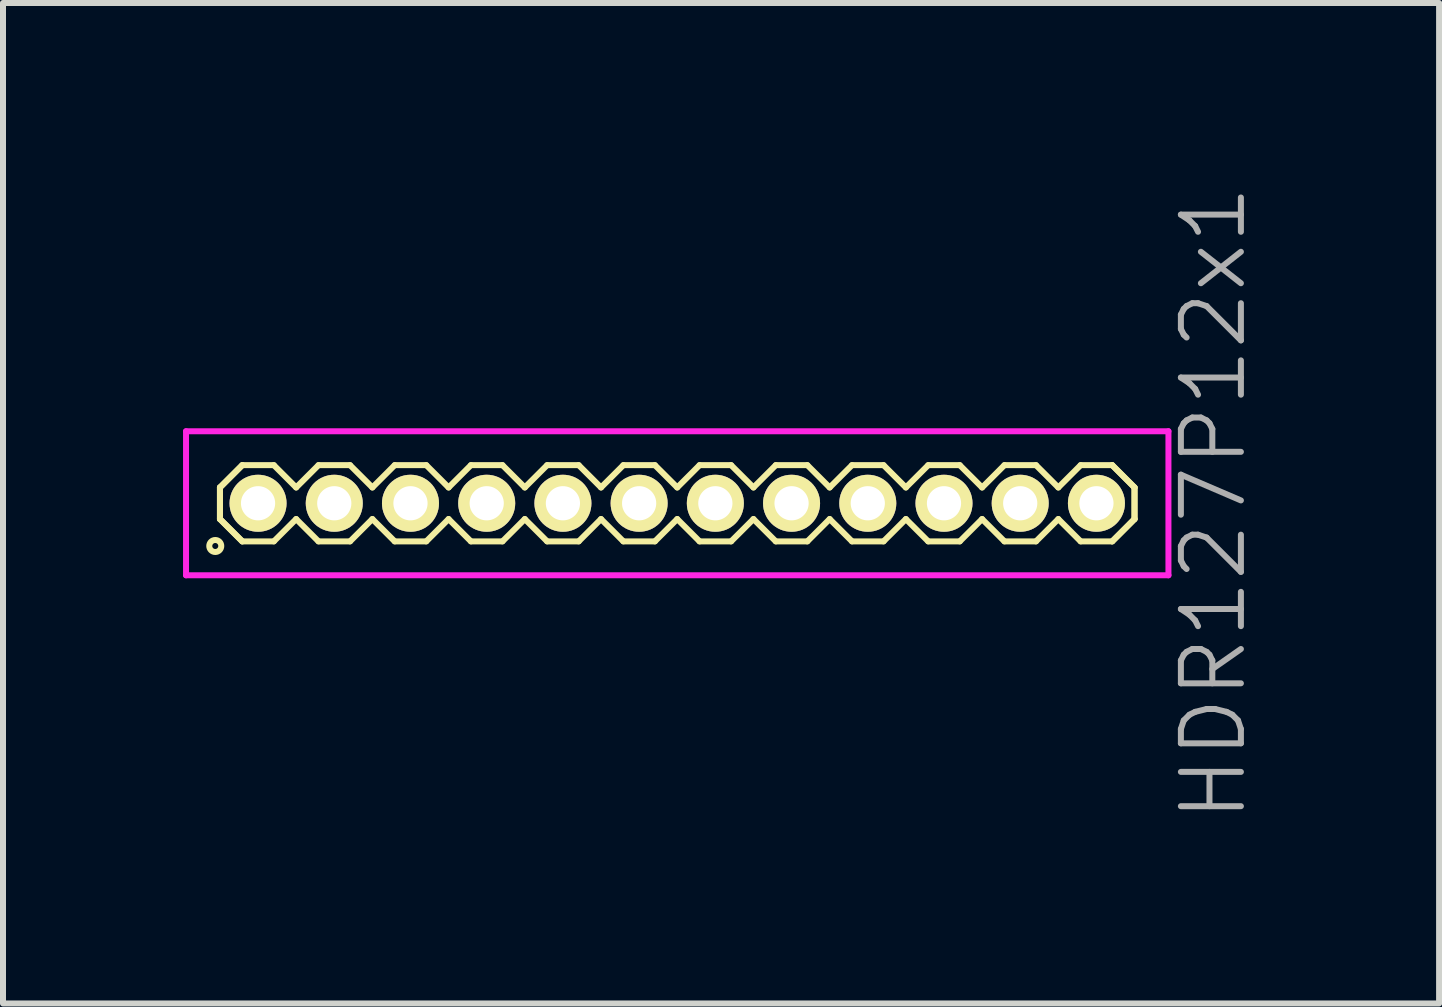
<source format=kicad_pcb>
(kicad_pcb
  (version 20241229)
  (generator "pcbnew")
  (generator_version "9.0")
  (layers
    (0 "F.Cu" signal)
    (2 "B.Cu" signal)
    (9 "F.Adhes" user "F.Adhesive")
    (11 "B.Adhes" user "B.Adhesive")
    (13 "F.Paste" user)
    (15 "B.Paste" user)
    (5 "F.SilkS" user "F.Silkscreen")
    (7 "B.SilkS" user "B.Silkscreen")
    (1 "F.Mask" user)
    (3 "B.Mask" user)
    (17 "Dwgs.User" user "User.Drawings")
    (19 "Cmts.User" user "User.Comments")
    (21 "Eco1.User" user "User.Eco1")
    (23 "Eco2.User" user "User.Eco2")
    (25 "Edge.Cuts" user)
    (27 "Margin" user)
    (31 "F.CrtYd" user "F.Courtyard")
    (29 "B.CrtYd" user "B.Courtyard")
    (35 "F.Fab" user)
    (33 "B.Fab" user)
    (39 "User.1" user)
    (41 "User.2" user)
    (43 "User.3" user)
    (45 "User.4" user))
  (footprint "HDR127P12x1"
    (layer "F.Cu")
    (at 8.235 5.336)
    (property "Reference" "HDR127P12x1" (at 8.935 0 90) (layer "F.Fab") (effects (font (size 1 1) (thickness 0.1))))
    (attr through_hole)
    (fp_line (start -7.62 -0.263) (end -7.248 -0.635) (stroke (width 0.1) (type solid)) (layer "F.SilkS"))
    (fp_line (start -7.62 -0.263) (end -7.248 -0.635) (stroke (width 0.1) (type solid)) (layer "F.SilkS"))
    (fp_line (start -7.62 0.263) (end -7.62 -0.263) (stroke (width 0.1) (type solid)) (layer "F.SilkS"))
    (fp_line (start -7.62 0.263) (end -7.62 -0.263) (stroke (width 0.1) (type solid)) (layer "F.SilkS"))
    (fp_line (start -7.248 -0.635) (end -6.722 -0.635) (stroke (width 0.1) (type solid)) (layer "F.SilkS"))
    (fp_line (start -7.248 0.635) (end -7.62 0.263) (stroke (width 0.1) (type solid)) (layer "F.SilkS"))
    (fp_line (start -7.248 0.635) (end -7.62 0.263) (stroke (width 0.1) (type solid)) (layer "F.SilkS"))
    (fp_line (start -6.722 -0.635) (end -6.35 -0.263) (stroke (width 0.1) (type solid)) (layer "F.SilkS"))
    (fp_line (start -6.722 0.635) (end -7.248 0.635) (stroke (width 0.1) (type solid)) (layer "F.SilkS"))
    (fp_line (start -6.35 -0.263) (end -5.978 -0.635) (stroke (width 0.1) (type solid)) (layer "F.SilkS"))
    (fp_line (start -6.35 0.263) (end -6.722 0.635) (stroke (width 0.1) (type solid)) (layer "F.SilkS"))
    (fp_line (start -5.978 -0.635) (end -5.452 -0.635) (stroke (width 0.1) (type solid)) (layer "F.SilkS"))
    (fp_line (start -5.978 0.635) (end -6.35 0.263) (stroke (width 0.1) (type solid)) (layer "F.SilkS"))
    (fp_line (start -5.452 -0.635) (end -5.08 -0.263) (stroke (width 0.1) (type solid)) (layer "F.SilkS"))
    (fp_line (start -5.452 0.635) (end -5.978 0.635) (stroke (width 0.1) (type solid)) (layer "F.SilkS"))
    (fp_line (start -5.08 -0.263) (end -4.708 -0.635) (stroke (width 0.1) (type solid)) (layer "F.SilkS"))
    (fp_line (start -5.08 0.263) (end -5.452 0.635) (stroke (width 0.1) (type solid)) (layer "F.SilkS"))
    (fp_line (start -4.708 -0.635) (end -4.182 -0.635) (stroke (width 0.1) (type solid)) (layer "F.SilkS"))
    (fp_line (start -4.708 0.635) (end -5.08 0.263) (stroke (width 0.1) (type solid)) (layer "F.SilkS"))
    (fp_line (start -4.182 -0.635) (end -3.81 -0.263) (stroke (width 0.1) (type solid)) (layer "F.SilkS"))
    (fp_line (start -4.182 0.635) (end -4.708 0.635) (stroke (width 0.1) (type solid)) (layer "F.SilkS"))
    (fp_line (start -3.81 -0.263) (end -3.438 -0.635) (stroke (width 0.1) (type solid)) (layer "F.SilkS"))
    (fp_line (start -3.81 0.263) (end -4.182 0.635) (stroke (width 0.1) (type solid)) (layer "F.SilkS"))
    (fp_line (start -3.438 -0.635) (end -2.912 -0.635) (stroke (width 0.1) (type solid)) (layer "F.SilkS"))
    (fp_line (start -3.438 0.635) (end -3.81 0.263) (stroke (width 0.1) (type solid)) (layer "F.SilkS"))
    (fp_line (start -2.912 -0.635) (end -2.54 -0.263) (stroke (width 0.1) (type solid)) (layer "F.SilkS"))
    (fp_line (start -2.912 0.635) (end -3.438 0.635) (stroke (width 0.1) (type solid)) (layer "F.SilkS"))
    (fp_line (start -2.54 -0.263) (end -2.168 -0.635) (stroke (width 0.1) (type solid)) (layer "F.SilkS"))
    (fp_line (start -2.54 0.263) (end -2.912 0.635) (stroke (width 0.1) (type solid)) (layer "F.SilkS"))
    (fp_line (start -2.168 -0.635) (end -1.642 -0.635) (stroke (width 0.1) (type solid)) (layer "F.SilkS"))
    (fp_line (start -2.168 0.635) (end -2.54 0.263) (stroke (width 0.1) (type solid)) (layer "F.SilkS"))
    (fp_line (start -1.642 -0.635) (end -1.27 -0.263) (stroke (width 0.1) (type solid)) (layer "F.SilkS"))
    (fp_line (start -1.642 0.635) (end -2.168 0.635) (stroke (width 0.1) (type solid)) (layer "F.SilkS"))
    (fp_line (start -1.27 -0.263) (end -0.898 -0.635) (stroke (width 0.1) (type solid)) (layer "F.SilkS"))
    (fp_line (start -1.27 0.263) (end -1.642 0.635) (stroke (width 0.1) (type solid)) (layer "F.SilkS"))
    (fp_line (start -0.898 -0.635) (end -0.372 -0.635) (stroke (width 0.1) (type solid)) (layer "F.SilkS"))
    (fp_line (start -0.898 0.635) (end -1.27 0.263) (stroke (width 0.1) (type solid)) (layer "F.SilkS"))
    (fp_line (start -0.372 -0.635) (end 0 -0.263) (stroke (width 0.1) (type solid)) (layer "F.SilkS"))
    (fp_line (start -0.372 0.635) (end -0.898 0.635) (stroke (width 0.1) (type solid)) (layer "F.SilkS"))
    (fp_line (start 0 -0.263) (end 0.372 -0.635) (stroke (width 0.1) (type solid)) (layer "F.SilkS"))
    (fp_line (start 0 0.263) (end -0.372 0.635) (stroke (width 0.1) (type solid)) (layer "F.SilkS"))
    (fp_line (start 0.372 -0.635) (end 0.898 -0.635) (stroke (width 0.1) (type solid)) (layer "F.SilkS"))
    (fp_line (start 0.372 0.635) (end 0 0.263) (stroke (width 0.1) (type solid)) (layer "F.SilkS"))
    (fp_line (start 0.898 -0.635) (end 1.27 -0.263) (stroke (width 0.1) (type solid)) (layer "F.SilkS"))
    (fp_line (start 0.898 0.635) (end 0.372 0.635) (stroke (width 0.1) (type solid)) (layer "F.SilkS"))
    (fp_line (start 1.27 -0.263) (end 1.642 -0.635) (stroke (width 0.1) (type solid)) (layer "F.SilkS"))
    (fp_line (start 1.27 0.263) (end 0.898 0.635) (stroke (width 0.1) (type solid)) (layer "F.SilkS"))
    (fp_line (start 1.642 -0.635) (end 2.168 -0.635) (stroke (width 0.1) (type solid)) (layer "F.SilkS"))
    (fp_line (start 1.642 0.635) (end 1.27 0.263) (stroke (width 0.1) (type solid)) (layer "F.SilkS"))
    (fp_line (start 2.168 -0.635) (end 2.54 -0.263) (stroke (width 0.1) (type solid)) (layer "F.SilkS"))
    (fp_line (start 2.168 0.635) (end 1.642 0.635) (stroke (width 0.1) (type solid)) (layer "F.SilkS"))
    (fp_line (start 2.54 -0.263) (end 2.912 -0.635) (stroke (width 0.1) (type solid)) (layer "F.SilkS"))
    (fp_line (start 2.54 0.263) (end 2.168 0.635) (stroke (width 0.1) (type solid)) (layer "F.SilkS"))
    (fp_line (start 2.912 -0.635) (end 3.438 -0.635) (stroke (width 0.1) (type solid)) (layer "F.SilkS"))
    (fp_line (start 2.912 0.635) (end 2.54 0.263) (stroke (width 0.1) (type solid)) (layer "F.SilkS"))
    (fp_line (start 3.438 -0.635) (end 3.81 -0.263) (stroke (width 0.1) (type solid)) (layer "F.SilkS"))
    (fp_line (start 3.438 0.635) (end 2.912 0.635) (stroke (width 0.1) (type solid)) (layer "F.SilkS"))
    (fp_line (start 3.81 -0.263) (end 4.182 -0.635) (stroke (width 0.1) (type solid)) (layer "F.SilkS"))
    (fp_line (start 3.81 0.263) (end 3.438 0.635) (stroke (width 0.1) (type solid)) (layer "F.SilkS"))
    (fp_line (start 4.182 -0.635) (end 4.708 -0.635) (stroke (width 0.1) (type solid)) (layer "F.SilkS"))
    (fp_line (start 4.182 0.635) (end 3.81 0.263) (stroke (width 0.1) (type solid)) (layer "F.SilkS"))
    (fp_line (start 4.708 -0.635) (end 5.08 -0.263) (stroke (width 0.1) (type solid)) (layer "F.SilkS"))
    (fp_line (start 4.708 0.635) (end 4.182 0.635) (stroke (width 0.1) (type solid)) (layer "F.SilkS"))
    (fp_line (start 5.08 -0.263) (end 5.452 -0.635) (stroke (width 0.1) (type solid)) (layer "F.SilkS"))
    (fp_line (start 5.08 0.263) (end 4.708 0.635) (stroke (width 0.1) (type solid)) (layer "F.SilkS"))
    (fp_line (start 5.452 -0.635) (end 5.978 -0.635) (stroke (width 0.1) (type solid)) (layer "F.SilkS"))
    (fp_line (start 5.452 0.635) (end 5.08 0.263) (stroke (width 0.1) (type solid)) (layer "F.SilkS"))
    (fp_line (start 5.978 -0.635) (end 6.35 -0.263) (stroke (width 0.1) (type solid)) (layer "F.SilkS"))
    (fp_line (start 5.978 0.635) (end 5.452 0.635) (stroke (width 0.1) (type solid)) (layer "F.SilkS"))
    (fp_line (start 6.35 -0.263) (end 6.722 -0.635) (stroke (width 0.1) (type solid)) (layer "F.SilkS"))
    (fp_line (start 6.35 0.263) (end 5.978 0.635) (stroke (width 0.1) (type solid)) (layer "F.SilkS"))
    (fp_line (start 6.722 -0.635) (end 7.248 -0.635) (stroke (width 0.1) (type solid)) (layer "F.SilkS"))
    (fp_line (start 6.722 0.635) (end 6.35 0.263) (stroke (width 0.1) (type solid)) (layer "F.SilkS"))
    (fp_line (start 7.248 -0.635) (end 7.62 -0.263) (stroke (width 0.1) (type solid)) (layer "F.SilkS"))
    (fp_line (start 7.248 -0.635) (end 7.62 -0.263) (stroke (width 0.1) (type solid)) (layer "F.SilkS"))
    (fp_line (start 7.248 0.635) (end 6.722 0.635) (stroke (width 0.1) (type solid)) (layer "F.SilkS"))
    (fp_line (start 7.62 -0.263) (end 7.62 0.263) (stroke (width 0.1) (type solid)) (layer "F.SilkS"))
    (fp_line (start 7.62 -0.263) (end 7.62 0.263) (stroke (width 0.1) (type solid)) (layer "F.SilkS"))
    (fp_line (start 7.62 0.263) (end 7.248 0.635) (stroke (width 0.1) (type solid)) (layer "F.SilkS"))
    (fp_line (start 7.62 0.263) (end 7.248 0.635) (stroke (width 0.1) (type solid)) (layer "F.SilkS"))
    (fp_circle (center -7.698 0.712) (end -7.598 0.712) (stroke (width 0.1) (type solid)) (fill no) (layer "F.SilkS"))
    (fp_line (start -8.185 -1.2) (end -8.185 1.2) (stroke (width 0.1) (type solid)) (layer "F.CrtYd"))
    (fp_line (start -8.185 1.2) (end 8.185 1.2) (stroke (width 0.1) (type solid)) (layer "F.CrtYd"))
    (fp_line (start 8.185 -1.2) (end -8.185 -1.2) (stroke (width 0.1) (type solid)) (layer "F.CrtYd"))
    (fp_line (start 8.185 1.2) (end 8.185 -1.2) (stroke (width 0.1) (type solid)) (layer "F.CrtYd"))
    (pad "1" thru_hole oval (at -6.985 0) (size 0.95 0.95) (drill 0.57) (layers "*.Cu" "*.Mask" "F.SilkS"))
    (pad "2" thru_hole oval (at -5.715 0) (size 0.95 0.95) (drill 0.57) (layers "*.Cu" "*.Mask" "F.SilkS"))
    (pad "3" thru_hole oval (at -4.445 0) (size 0.95 0.95) (drill 0.57) (layers "*.Cu" "*.Mask" "F.SilkS"))
    (pad "4" thru_hole oval (at -3.175 0) (size 0.95 0.95) (drill 0.57) (layers "*.Cu" "*.Mask" "F.SilkS"))
    (pad "5" thru_hole oval (at -1.905 0) (size 0.95 0.95) (drill 0.57) (layers "*.Cu" "*.Mask" "F.SilkS"))
    (pad "6" thru_hole oval (at -0.635 0) (size 0.95 0.95) (drill 0.57) (layers "*.Cu" "*.Mask" "F.SilkS"))
    (pad "7" thru_hole oval (at 0.635 0) (size 0.95 0.95) (drill 0.57) (layers "*.Cu" "*.Mask" "F.SilkS"))
    (pad "8" thru_hole oval (at 1.905 0) (size 0.95 0.95) (drill 0.57) (layers "*.Cu" "*.Mask" "F.SilkS"))
    (pad "9" thru_hole oval (at 3.175 0) (size 0.95 0.95) (drill 0.57) (layers "*.Cu" "*.Mask" "F.SilkS"))
    (pad "10" thru_hole oval (at 4.445 0) (size 0.95 0.95) (drill 0.57) (layers "*.Cu" "*.Mask" "F.SilkS"))
    (pad "11" thru_hole oval (at 5.715 0) (size 0.95 0.95) (drill 0.57) (layers "*.Cu" "*.Mask" "F.SilkS"))
    (pad "12" thru_hole oval (at 6.985 0) (size 0.95 0.95) (drill 0.57) (layers "*.Cu" "*.Mask" "F.SilkS")))
  (gr_rect
    (start -3 -3)
    (end 20.93 13.671)
    (stroke (width 0.1) (type default))
    (fill no)
    (layer "Edge.Cuts")))
</source>
